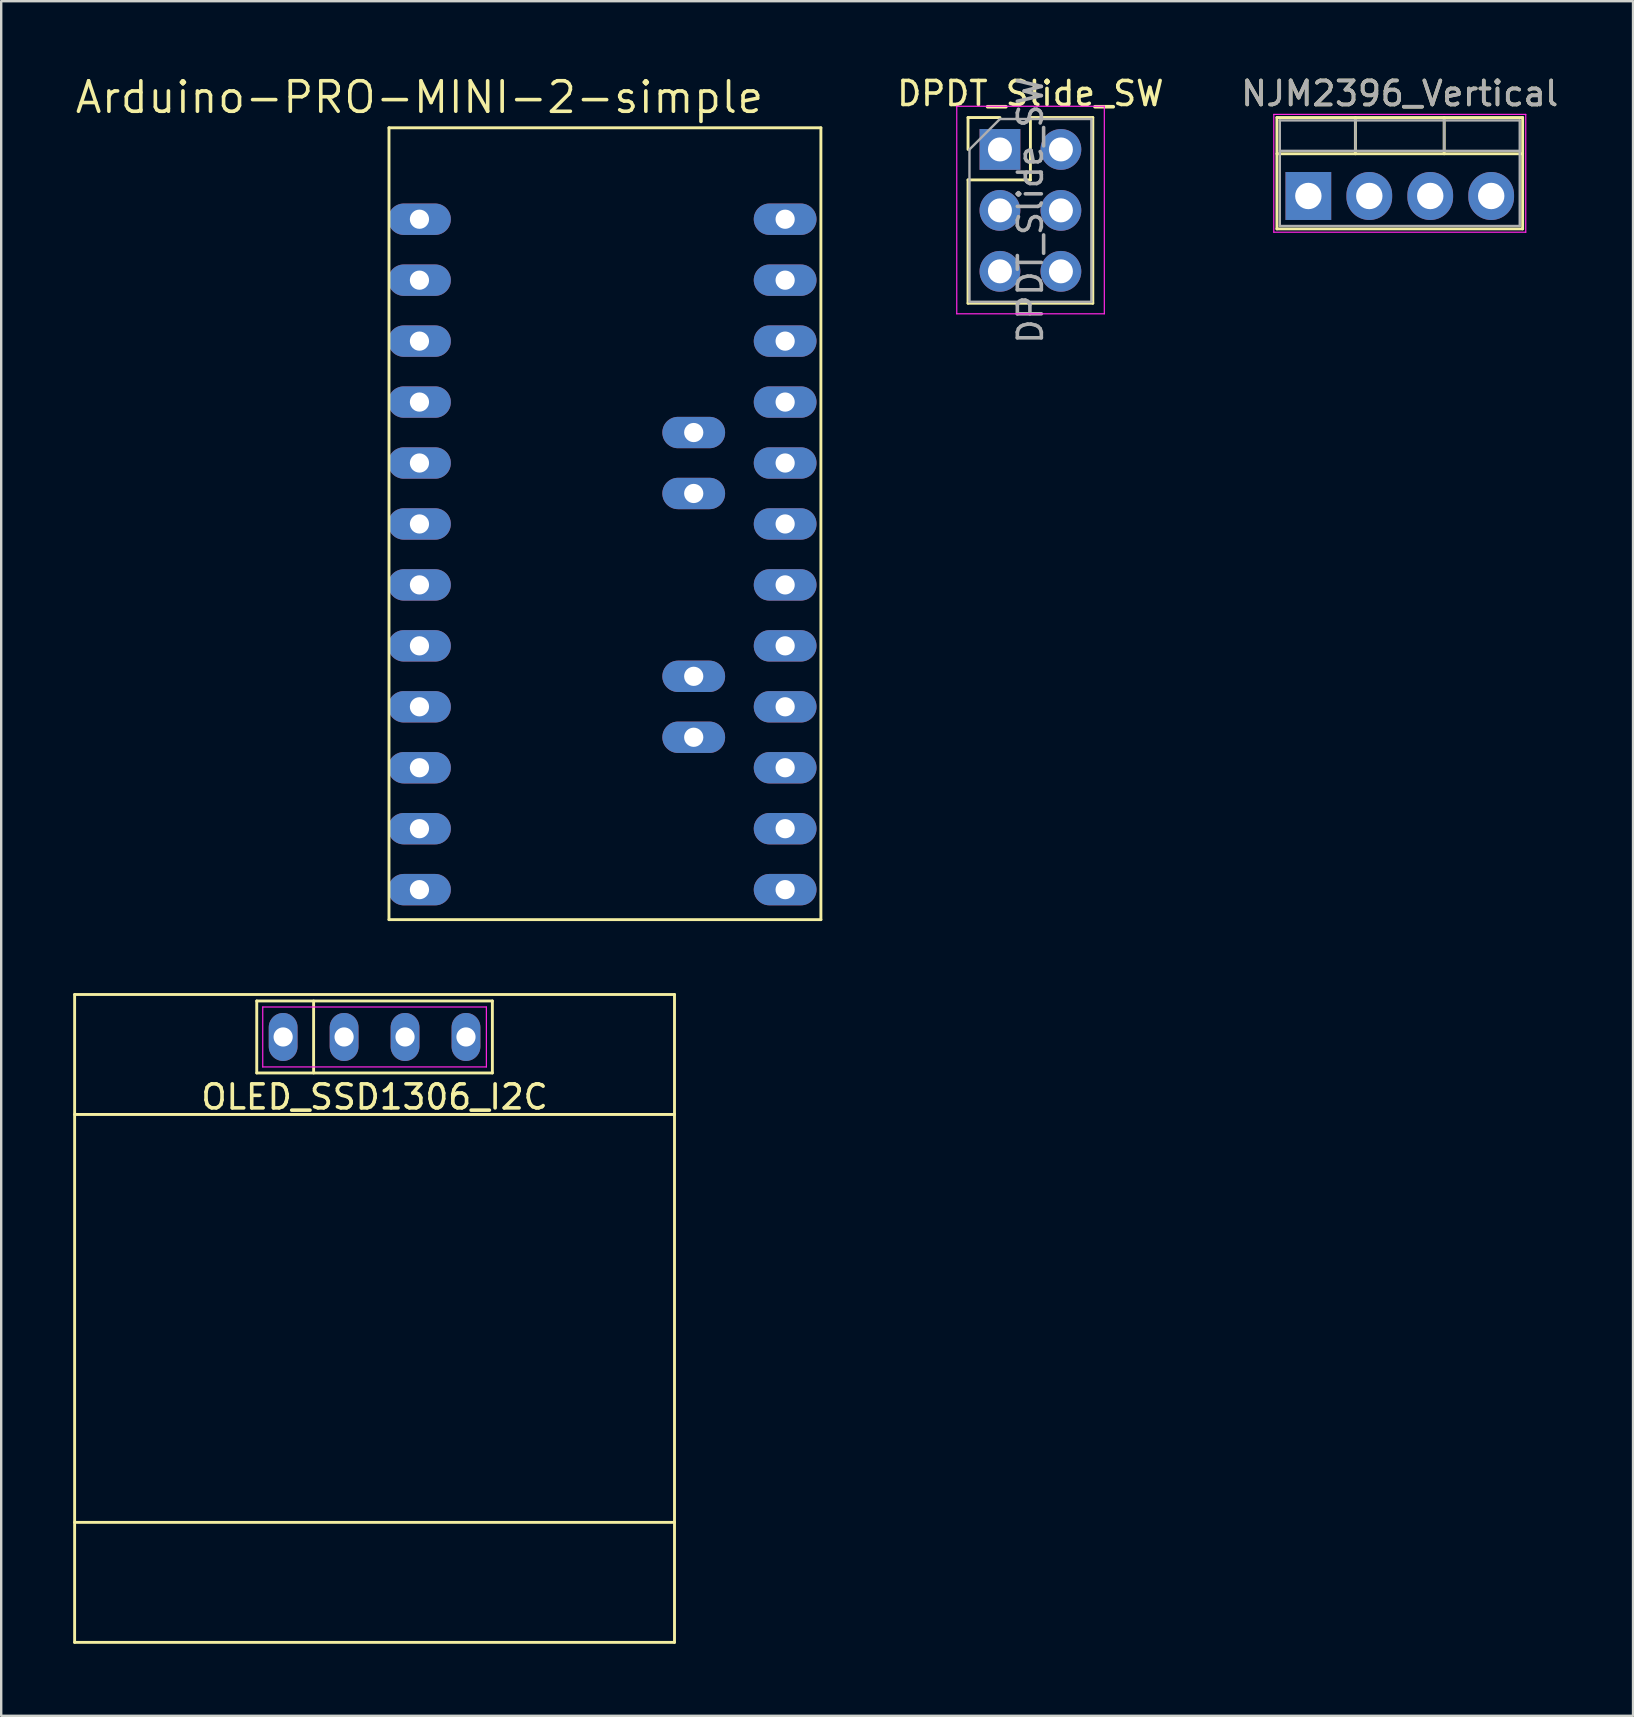
<source format=kicad_pcb>
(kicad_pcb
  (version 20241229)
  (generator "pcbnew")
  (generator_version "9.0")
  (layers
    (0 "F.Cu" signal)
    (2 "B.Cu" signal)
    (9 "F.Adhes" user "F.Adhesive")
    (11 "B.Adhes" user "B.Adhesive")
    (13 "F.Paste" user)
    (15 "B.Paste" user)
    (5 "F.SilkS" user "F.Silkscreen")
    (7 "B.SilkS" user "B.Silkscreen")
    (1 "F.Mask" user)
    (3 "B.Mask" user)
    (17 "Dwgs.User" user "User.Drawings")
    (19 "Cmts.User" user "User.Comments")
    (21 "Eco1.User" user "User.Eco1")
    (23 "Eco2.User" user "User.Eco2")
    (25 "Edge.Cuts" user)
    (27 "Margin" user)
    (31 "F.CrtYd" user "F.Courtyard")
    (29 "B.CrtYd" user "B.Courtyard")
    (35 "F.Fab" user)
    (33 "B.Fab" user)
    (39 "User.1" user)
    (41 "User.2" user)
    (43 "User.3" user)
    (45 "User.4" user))
  (footprint "OLED_SSD1306_I2C"
    (layer "F.Cu")
    (at 12.56 40.166)
    (property "Reference" "OLED_SSD1306_I2C" (at 0 2.5 0) (layer "F.SilkS") (effects (font (size 1 1) (thickness 0.15))))
    (attr through_hole)
    (fp_line (start -12.5 -1.77) (end -12.5 25.23) (stroke (width 0.12) (type solid)) (layer "F.SilkS"))
    (fp_line (start -12.5 -1.77) (end 12.5 -1.77) (stroke (width 0.12) (type solid)) (layer "F.SilkS"))
    (fp_line (start -12.5 3.23) (end 12.5 3.23) (stroke (width 0.12) (type solid)) (layer "F.SilkS"))
    (fp_line (start -12.5 20.23) (end 12.5 20.23) (stroke (width 0.12) (type solid)) (layer "F.SilkS"))
    (fp_line (start -12.5 25.23) (end 12.5 25.23) (stroke (width 0.12) (type solid)) (layer "F.SilkS"))
    (fp_line (start -4.91 -1.5) (end 4.91 -1.5) (stroke (width 0.12) (type solid)) (layer "F.SilkS"))
    (fp_line (start -4.91 1.5) (end -4.91 -1.5) (stroke (width 0.12) (type solid)) (layer "F.SilkS"))
    (fp_line (start -2.54 -1.5) (end -2.54 1.5) (stroke (width 0.12) (type solid)) (layer "F.SilkS"))
    (fp_line (start 4.91 -1.5) (end 4.91 1.5) (stroke (width 0.12) (type solid)) (layer "F.SilkS"))
    (fp_line (start 4.91 1.5) (end -4.91 1.5) (stroke (width 0.12) (type solid)) (layer "F.SilkS"))
    (fp_line (start 12.5 -1.77) (end 12.5 25.23) (stroke (width 0.12) (type solid)) (layer "F.SilkS"))
    (fp_line (start -4.66 -1.25) (end 4.66 -1.25) (stroke (width 0.05) (type solid)) (layer "F.CrtYd"))
    (fp_line (start -4.66 1.25) (end -4.66 -1.25) (stroke (width 0.05) (type solid)) (layer "F.CrtYd"))
    (fp_line (start 4.66 -1.25) (end 4.66 1.25) (stroke (width 0.05) (type solid)) (layer "F.CrtYd"))
    (fp_line (start 4.66 1.25) (end -4.66 1.25) (stroke (width 0.05) (type solid)) (layer "F.CrtYd"))
    (pad "1" thru_hole oval (at -3.81 0) (size 1.2 2) (drill 0.8) (layers "*.Cu" "*.Mask"))
    (pad "2" thru_hole oval (at -1.27 0) (size 1.2 2) (drill 0.8) (layers "*.Cu" "*.Mask"))
    (pad "3" thru_hole oval (at 1.27 0) (size 1.2 2) (drill 0.8) (layers "*.Cu" "*.Mask"))
    (pad "4" thru_hole oval (at 3.81 0) (size 1.2 2) (drill 0.8) (layers "*.Cu" "*.Mask")))
  (footprint "NJM2396_Vertical"
    (layer "F.Cu")
    (at 51.476 5.118)
    (property "Reference" "NJM2396_Vertical" (at 3.81 -4.27 0) (layer "F.SilkS") (effects (font (size 1 1) (thickness 0.15))))
    (attr through_hole)
    (fp_line (start -1.31 -3.27) (end -1.31 1.371) (stroke (width 0.12) (type solid)) (layer "F.SilkS"))
    (fp_line (start -1.31 -3.27) (end 8.93 -3.27) (stroke (width 0.12) (type solid)) (layer "F.SilkS"))
    (fp_line (start -1.31 -1.76) (end 8.93 -1.76) (stroke (width 0.12) (type solid)) (layer "F.SilkS"))
    (fp_line (start -1.31 1.371) (end 8.93 1.371) (stroke (width 0.12) (type solid)) (layer "F.SilkS"))
    (fp_line (start 1.96 -3.27) (end 1.96 -1.76) (stroke (width 0.12) (type solid)) (layer "F.SilkS"))
    (fp_line (start 5.66 -3.27) (end 5.66 -1.76) (stroke (width 0.12) (type solid)) (layer "F.SilkS"))
    (fp_line (start 8.93 -3.27) (end 8.93 1.371) (stroke (width 0.12) (type solid)) (layer "F.SilkS"))
    (fp_line (start -1.44 -3.4) (end -1.44 1.51) (stroke (width 0.05) (type solid)) (layer "F.CrtYd"))
    (fp_line (start -1.44 1.51) (end 9.06 1.51) (stroke (width 0.05) (type solid)) (layer "F.CrtYd"))
    (fp_line (start 9.06 -3.4) (end -1.44 -3.4) (stroke (width 0.05) (type solid)) (layer "F.CrtYd"))
    (fp_line (start 9.06 1.51) (end 9.06 -3.4) (stroke (width 0.05) (type solid)) (layer "F.CrtYd"))
    (fp_line (start -1.19 -3.15) (end -1.19 1.25) (stroke (width 0.1) (type solid)) (layer "F.Fab"))
    (fp_line (start -1.19 -1.88) (end 8.81 -1.88) (stroke (width 0.1) (type solid)) (layer "F.Fab"))
    (fp_line (start -1.19 1.25) (end 8.81 1.25) (stroke (width 0.1) (type solid)) (layer "F.Fab"))
    (fp_line (start 1.96 -3.15) (end 1.96 -1.88) (stroke (width 0.1) (type solid)) (layer "F.Fab"))
    (fp_line (start 5.66 -3.15) (end 5.66 -1.88) (stroke (width 0.1) (type solid)) (layer "F.Fab"))
    (fp_line (start 8.81 -3.15) (end -1.19 -3.15) (stroke (width 0.1) (type solid)) (layer "F.Fab"))
    (fp_line (start 8.81 1.25) (end 8.81 -3.15) (stroke (width 0.1) (type solid)) (layer "F.Fab"))
    (fp_text user "${REFERENCE}" (at 3.81 -4.27 0) (layer "F.Fab") (effects (font (size 1 1) (thickness 0.15))))
    (pad "1" thru_hole rect (at 0 0) (size 1.905 2) (drill 1.1) (layers "*.Cu" "*.Mask"))
    (pad "2" thru_hole oval (at 2.54 0) (size 1.905 2) (drill 1.1) (layers "*.Cu" "*.Mask"))
    (pad "3" thru_hole oval (at 5.08 0) (size 1.905 2) (drill 1.1) (layers "*.Cu" "*.Mask"))
    (pad "4" thru_hole oval (at 7.62 0) (size 1.905 2) (drill 1.1) (layers "*.Cu" "*.Mask")))
  (footprint "DPDT_Slide_SW"
    (layer "F.Cu")
    (at 38.623 3.178)
    (property "Reference" "DPDT_Slide_SW" (at 1.27 -2.33 0) (layer "F.SilkS") (effects (font (size 1 1) (thickness 0.15))))
    (attr through_hole)
    (fp_line (start -1.33 -1.33) (end 0 -1.33) (stroke (width 0.12) (type solid)) (layer "F.SilkS"))
    (fp_line (start -1.33 0) (end -1.33 -1.33) (stroke (width 0.12) (type solid)) (layer "F.SilkS"))
    (fp_line (start -1.33 1.27) (end -1.33 6.41) (stroke (width 0.12) (type solid)) (layer "F.SilkS"))
    (fp_line (start -1.33 1.27) (end 1.27 1.27) (stroke (width 0.12) (type solid)) (layer "F.SilkS"))
    (fp_line (start -1.33 6.41) (end 3.87 6.41) (stroke (width 0.12) (type solid)) (layer "F.SilkS"))
    (fp_line (start 1.27 -1.33) (end 3.87 -1.33) (stroke (width 0.12) (type solid)) (layer "F.SilkS"))
    (fp_line (start 1.27 1.27) (end 1.27 -1.33) (stroke (width 0.12) (type solid)) (layer "F.SilkS"))
    (fp_line (start 3.87 -1.33) (end 3.87 6.41) (stroke (width 0.12) (type solid)) (layer "F.SilkS"))
    (fp_line (start -1.8 -1.8) (end -1.8 6.85) (stroke (width 0.05) (type solid)) (layer "F.CrtYd"))
    (fp_line (start -1.8 6.85) (end 4.35 6.85) (stroke (width 0.05) (type solid)) (layer "F.CrtYd"))
    (fp_line (start 4.35 -1.8) (end -1.8 -1.8) (stroke (width 0.05) (type solid)) (layer "F.CrtYd"))
    (fp_line (start 4.35 6.85) (end 4.35 -1.8) (stroke (width 0.05) (type solid)) (layer "F.CrtYd"))
    (fp_line (start -1.27 0) (end 0 -1.27) (stroke (width 0.1) (type solid)) (layer "F.Fab"))
    (fp_line (start -1.27 6.35) (end -1.27 0) (stroke (width 0.1) (type solid)) (layer "F.Fab"))
    (fp_line (start 0 -1.27) (end 3.81 -1.27) (stroke (width 0.1) (type solid)) (layer "F.Fab"))
    (fp_line (start 3.81 -1.27) (end 3.81 6.35) (stroke (width 0.1) (type solid)) (layer "F.Fab"))
    (fp_line (start 3.81 6.35) (end -1.27 6.35) (stroke (width 0.1) (type solid)) (layer "F.Fab"))
    (fp_text user "${REFERENCE}" (at 1.27 2.54 90) (layer "F.Fab") (effects (font (size 1 1) (thickness 0.15))))
    (pad "1" thru_hole rect (at 0 0) (size 1.7 1.7) (drill 1) (layers "*.Cu" "*.Mask"))
    (pad "2" thru_hole oval (at 0 2.54) (size 1.7 1.7) (drill 1) (layers "*.Cu" "*.Mask"))
    (pad "3" thru_hole oval (at 0 5.08) (size 1.7 1.7) (drill 1) (layers "*.Cu" "*.Mask"))
    (pad "4" thru_hole oval (at 2.54 0) (size 1.7 1.7) (drill 1) (layers "*.Cu" "*.Mask"))
    (pad "5" thru_hole oval (at 2.54 2.54) (size 1.7 1.7) (drill 1) (layers "*.Cu" "*.Mask"))
    (pad "6" thru_hole oval (at 2.54 5.08) (size 1.7 1.7) (drill 1) (layers "*.Cu" "*.Mask")))
  (footprint "Arduino-PRO-MINI-2-simple"
    (layer "F.Cu")
    (at 23.321 18.786)
    (property "Reference" "Arduino-PRO-MINI-2-simple" (at -8.89 -17.78 0) (layer "F.SilkS") (effects (font (size 1.27 1.27) (thickness 0.15))))
    (attr through_hole)
    (fp_line (start -10.16 -16.51) (end -10.16 16.49) (stroke (width 0.12) (type solid)) (layer "F.SilkS"))
    (fp_line (start -10.16 -16.51) (end 7.84 -16.51) (stroke (width 0.12) (type solid)) (layer "F.SilkS"))
    (fp_line (start -10.16 16.49) (end 7.84 16.49) (stroke (width 0.12) (type solid)) (layer "F.SilkS"))
    (fp_line (start 7.84 -16.51) (end 7.84 16.49) (stroke (width 0.12) (type solid)) (layer "F.SilkS"))
    (pad "A0" thru_hole oval (at 6.35 5.08) (size 2.616 1.308) (drill 0.8) (layers "*.Cu" "*.Mask"))
    (pad "A1" thru_hole oval (at 6.35 2.54) (size 2.616 1.308) (drill 0.8) (layers "*.Cu" "*.Mask"))
    (pad "A2" thru_hole oval (at 6.35 0) (size 2.616 1.308) (drill 0.8) (layers "*.Cu" "*.Mask"))
    (pad "A3" thru_hole oval (at 6.35 -2.54) (size 2.616 1.308) (drill 0.8) (layers "*.Cu" "*.Mask"))
    (pad "A4" thru_hole oval (at 2.54 -1.27 180) (size 2.616 1.308) (drill 0.8) (layers "*.Cu" "*.Mask"))
    (pad "A5" thru_hole oval (at 2.54 -3.81 180) (size 2.616 1.308) (drill 0.8) (layers "*.Cu" "*.Mask"))
    (pad "A6" thru_hole oval (at 2.54 8.89 180) (size 2.616 1.308) (drill 0.8) (layers "*.Cu" "*.Mask"))
    (pad "A7" thru_hole oval (at 2.54 6.35 180) (size 2.616 1.308) (drill 0.8) (layers "*.Cu" "*.Mask"))
    (pad "D2" thru_hole oval (at -8.89 -2.54) (size 2.616 1.308) (drill 0.8) (layers "*.Cu" "*.Mask"))
    (pad "D3" thru_hole oval (at -8.89 0) (size 2.616 1.308) (drill 0.8) (layers "*.Cu" "*.Mask"))
    (pad "D4" thru_hole oval (at -8.89 2.54) (size 2.616 1.308) (drill 0.8) (layers "*.Cu" "*.Mask"))
    (pad "D5" thru_hole oval (at -8.89 5.08) (size 2.616 1.308) (drill 0.8) (layers "*.Cu" "*.Mask"))
    (pad "D6" thru_hole oval (at -8.89 7.62) (size 2.616 1.308) (drill 0.8) (layers "*.Cu" "*.Mask"))
    (pad "D7" thru_hole oval (at -8.89 10.16) (size 2.616 1.308) (drill 0.8) (layers "*.Cu" "*.Mask"))
    (pad "D8" thru_hole oval (at -8.89 12.7) (size 2.616 1.308) (drill 0.8) (layers "*.Cu" "*.Mask"))
    (pad "D9" thru_hole oval (at -8.89 15.24) (size 2.616 1.308) (drill 0.8) (layers "*.Cu" "*.Mask"))
    (pad "D10" thru_hole oval (at 6.35 15.24) (size 2.616 1.308) (drill 0.8) (layers "*.Cu" "*.Mask"))
    (pad "D11" thru_hole oval (at 6.35 12.7) (size 2.616 1.308) (drill 0.8) (layers "*.Cu" "*.Mask"))
    (pad "D12" thru_hole oval (at 6.35 10.16) (size 2.616 1.308) (drill 0.8) (layers "*.Cu" "*.Mask"))
    (pad "D13" thru_hole oval (at 6.35 7.62) (size 2.616 1.308) (drill 0.8) (layers "*.Cu" "*.Mask"))
    (pad "GND" thru_hole oval (at 6.35 -10.16) (size 2.616 1.308) (drill 0.8) (layers "*.Cu" "*.Mask"))
    (pad "GND1" thru_hole oval (at -8.89 -5.08) (size 2.616 1.308) (drill 0.8) (layers "*.Cu" "*.Mask"))
    (pad "RAW" thru_hole oval (at 6.35 -12.7) (size 2.616 1.308) (drill 0.8) (layers "*.Cu" "*.Mask"))
    (pad "RST" thru_hole oval (at 6.35 -7.62) (size 2.616 1.308) (drill 0.8) (layers "*.Cu" "*.Mask"))
    (pad "RST1" thru_hole oval (at -8.89 -7.62) (size 2.616 1.308) (drill 0.8) (layers "*.Cu" "*.Mask"))
    (pad "RX1" thru_hole oval (at -8.89 -10.16) (size 2.616 1.308) (drill 0.8) (layers "*.Cu" "*.Mask"))
    (pad "TX0" thru_hole oval (at -8.89 -12.7) (size 2.616 1.308) (drill 0.8) (layers "*.Cu" "*.Mask"))
    (pad "VCC" thru_hole oval (at 6.35 -5.08) (size 2.616 1.308) (drill 0.8) (layers "*.Cu" "*.Mask")))
  (gr_rect
    (start -3 -3)
    (end 65.007 68.456)
    (stroke (width 0.1) (type default))
    (fill no)
    (layer "Edge.Cuts")))
</source>
